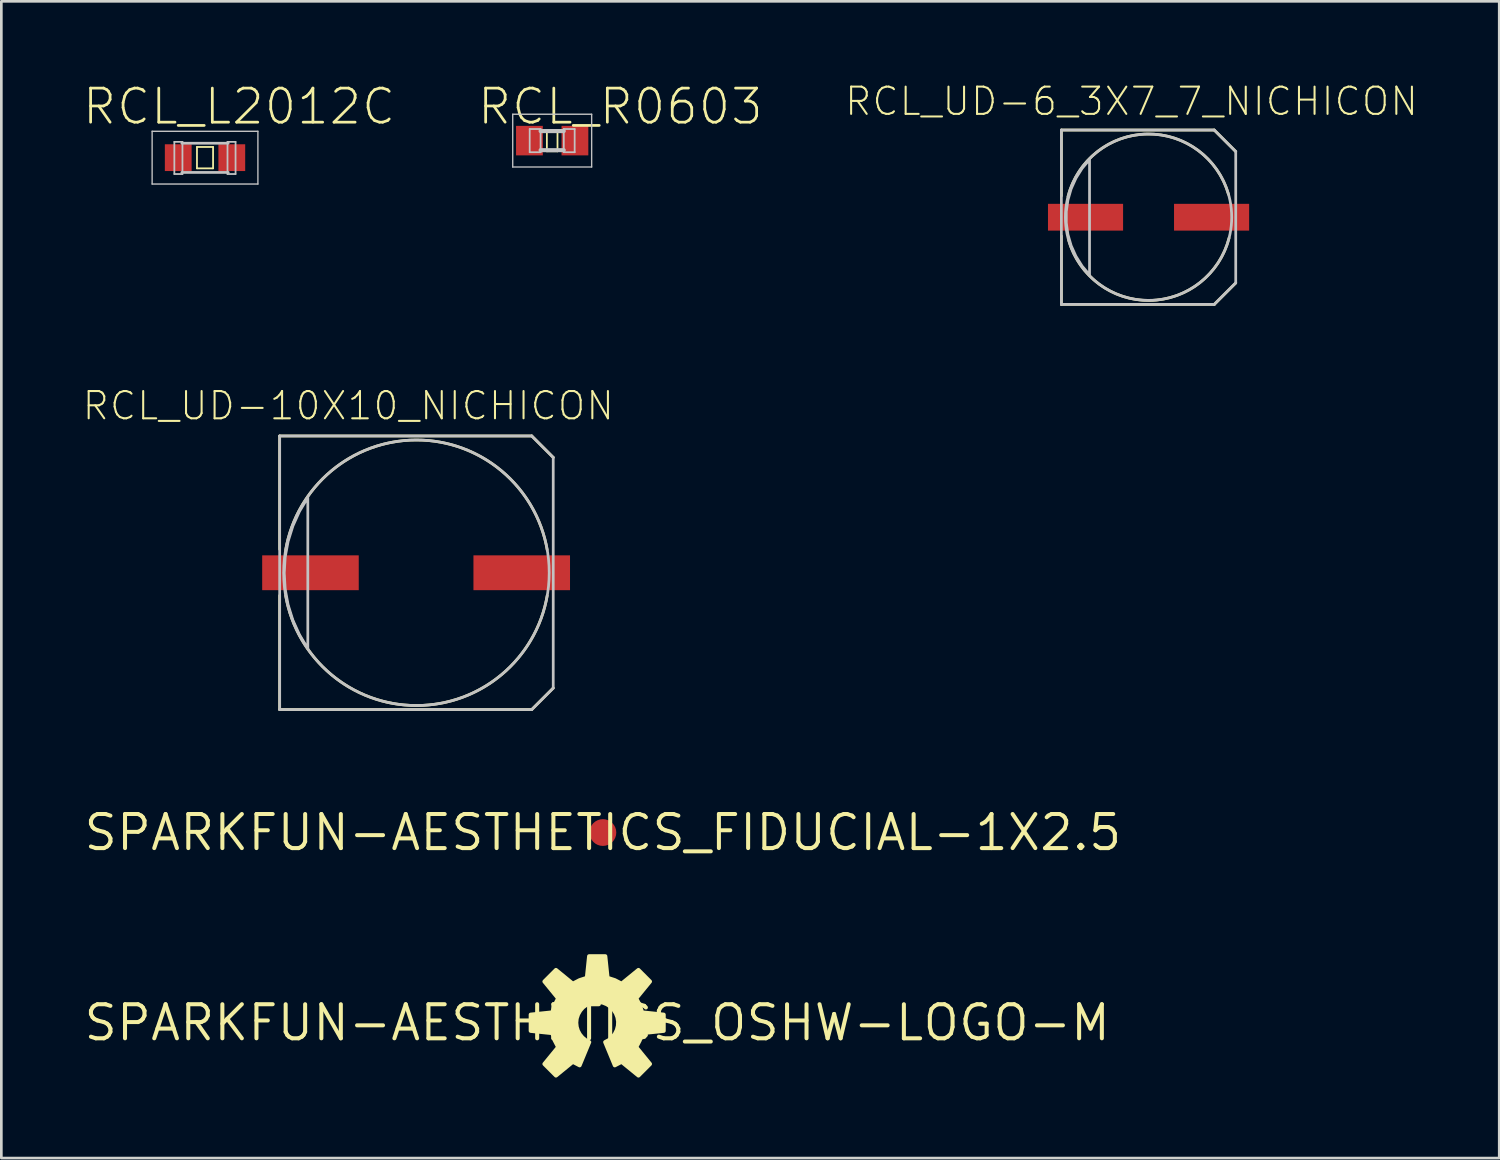
<source format=kicad_pcb>
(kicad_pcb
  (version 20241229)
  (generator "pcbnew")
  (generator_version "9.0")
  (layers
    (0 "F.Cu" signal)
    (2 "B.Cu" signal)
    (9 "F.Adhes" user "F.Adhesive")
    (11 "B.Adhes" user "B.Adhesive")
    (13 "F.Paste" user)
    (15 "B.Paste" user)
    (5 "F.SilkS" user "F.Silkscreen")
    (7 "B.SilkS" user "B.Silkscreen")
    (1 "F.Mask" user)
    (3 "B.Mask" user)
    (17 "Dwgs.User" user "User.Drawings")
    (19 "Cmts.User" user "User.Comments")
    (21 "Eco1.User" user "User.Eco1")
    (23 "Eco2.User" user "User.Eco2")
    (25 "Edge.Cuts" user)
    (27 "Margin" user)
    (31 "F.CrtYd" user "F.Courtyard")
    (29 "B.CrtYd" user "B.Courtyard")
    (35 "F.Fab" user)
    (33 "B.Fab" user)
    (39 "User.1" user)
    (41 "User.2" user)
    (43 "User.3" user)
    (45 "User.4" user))
  (footprint "RCL_R0603"
    (layer "F.Cu")
    (at 17.53 2.191)
    (property "Reference" "RCL_R0603" (at 2.54 -1.27 0) (layer "F.SilkS") (effects (font (size 1.27 1.27) (thickness 0.102))))
    (attr smd)
    (fp_line (start -0.198 -0.399) (end 0.198 -0.399) (stroke (width 0.066) (type solid)) (layer "F.SilkS"))
    (fp_line (start -0.198 0.399) (end -0.198 -0.399) (stroke (width 0.066) (type solid)) (layer "F.SilkS"))
    (fp_line (start -0.198 0.399) (end 0.198 0.399) (stroke (width 0.066) (type solid)) (layer "F.SilkS"))
    (fp_line (start 0.198 0.399) (end 0.198 -0.399) (stroke (width 0.066) (type solid)) (layer "F.SilkS"))
    (fp_line (start -1.471 -0.983) (end 1.471 -0.983) (stroke (width 0.051) (type solid)) (layer "Dwgs.User"))
    (fp_line (start -1.471 0.983) (end -1.471 -0.983) (stroke (width 0.051) (type solid)) (layer "Dwgs.User"))
    (fp_line (start -0.838 -0.432) (end -0.432 -0.432) (stroke (width 0.066) (type solid)) (layer "Dwgs.User"))
    (fp_line (start -0.838 0.432) (end -0.838 -0.432) (stroke (width 0.066) (type solid)) (layer "Dwgs.User"))
    (fp_line (start -0.838 0.432) (end -0.432 0.432) (stroke (width 0.066) (type solid)) (layer "Dwgs.User"))
    (fp_line (start -0.432 0.356) (end 0.432 0.356) (stroke (width 0.152) (type solid)) (layer "Dwgs.User"))
    (fp_line (start -0.432 0.432) (end -0.432 -0.432) (stroke (width 0.066) (type solid)) (layer "Dwgs.User"))
    (fp_line (start 0.432 -0.432) (end 0.838 -0.432) (stroke (width 0.066) (type solid)) (layer "Dwgs.User"))
    (fp_line (start 0.432 -0.356) (end -0.432 -0.356) (stroke (width 0.152) (type solid)) (layer "Dwgs.User"))
    (fp_line (start 0.432 0.432) (end 0.432 -0.432) (stroke (width 0.066) (type solid)) (layer "Dwgs.User"))
    (fp_line (start 0.432 0.432) (end 0.838 0.432) (stroke (width 0.066) (type solid)) (layer "Dwgs.User"))
    (fp_line (start 0.838 0.432) (end 0.838 -0.432) (stroke (width 0.066) (type solid)) (layer "Dwgs.User"))
    (fp_line (start 1.471 -0.983) (end 1.471 0.983) (stroke (width 0.051) (type solid)) (layer "Dwgs.User"))
    (fp_line (start 1.471 0.983) (end -1.471 0.983) (stroke (width 0.051) (type solid)) (layer "Dwgs.User"))
    (pad "1" smd rect (at -0.848 0) (size 0.998 1.1) (layers "F.Cu" "F.Mask" "F.Paste"))
    (pad "2" smd rect (at 0.848 0) (size 0.998 1.1) (layers "F.Cu" "F.Mask" "F.Paste")))
  (footprint "RCL_L2012C"
    (layer "F.Cu")
    (at 4.591 2.826)
    (property "Reference" "RCL_L2012C" (at 1.27 -1.905 0) (layer "F.SilkS") (effects (font (size 1.27 1.27) (thickness 0.102))))
    (attr smd)
    (fp_line (start -0.3 -0.399) (end 0.3 -0.399) (stroke (width 0.066) (type solid)) (layer "F.SilkS"))
    (fp_line (start -0.3 0.399) (end -0.3 -0.399) (stroke (width 0.066) (type solid)) (layer "F.SilkS"))
    (fp_line (start -0.3 0.399) (end 0.3 0.399) (stroke (width 0.066) (type solid)) (layer "F.SilkS"))
    (fp_line (start 0.3 0.399) (end 0.3 -0.399) (stroke (width 0.066) (type solid)) (layer "F.SilkS"))
    (fp_line (start -1.971 -0.983) (end 1.971 -0.983) (stroke (width 0.051) (type solid)) (layer "Dwgs.User"))
    (fp_line (start -1.971 0.983) (end -1.971 -0.983) (stroke (width 0.051) (type solid)) (layer "Dwgs.User"))
    (fp_line (start -1.143 -0.589) (end -0.841 -0.589) (stroke (width 0.066) (type solid)) (layer "Dwgs.User"))
    (fp_line (start -1.143 0.61) (end -1.143 -0.589) (stroke (width 0.066) (type solid)) (layer "Dwgs.User"))
    (fp_line (start -1.143 0.61) (end -0.841 0.61) (stroke (width 0.066) (type solid)) (layer "Dwgs.User"))
    (fp_line (start -0.864 -0.538) (end 0.864 -0.538) (stroke (width 0.102) (type solid)) (layer "Dwgs.User"))
    (fp_line (start -0.864 0.551) (end 0.864 0.551) (stroke (width 0.102) (type solid)) (layer "Dwgs.User"))
    (fp_line (start -0.841 0.61) (end -0.841 -0.589) (stroke (width 0.066) (type solid)) (layer "Dwgs.User"))
    (fp_line (start 0.838 -0.589) (end 1.138 -0.589) (stroke (width 0.066) (type solid)) (layer "Dwgs.User"))
    (fp_line (start 0.838 0.61) (end 0.838 -0.589) (stroke (width 0.066) (type solid)) (layer "Dwgs.User"))
    (fp_line (start 0.838 0.61) (end 1.138 0.61) (stroke (width 0.066) (type solid)) (layer "Dwgs.User"))
    (fp_line (start 1.138 0.61) (end 1.138 -0.589) (stroke (width 0.066) (type solid)) (layer "Dwgs.User"))
    (fp_line (start 1.971 -0.983) (end 1.971 0.983) (stroke (width 0.051) (type solid)) (layer "Dwgs.User"))
    (fp_line (start 1.971 0.983) (end -1.971 0.983) (stroke (width 0.051) (type solid)) (layer "Dwgs.User"))
    (pad "1" smd rect (at -0.998 0) (size 0.998 0.998) (layers "F.Cu" "F.Mask" "F.Paste"))
    (pad "2" smd rect (at 0.998 0) (size 0.998 0.998) (layers "F.Cu" "F.Mask" "F.Paste")))
  (footprint "RCL_UD-6_3X7_7_NICHICON"
    (layer "F.Cu")
    (at 39.757 5.046)
    (property "Reference" "RCL_UD-6_3X7_7_NICHICON" (at -0.635 -4.318 0) (layer "F.SilkS") (effects (font (size 1.016 1.016) (thickness 0.076))))
    (attr smd)
    (fp_line (start -3.249 -3.249) (end 2.449 -3.249) (stroke (width 0.102) (type solid)) (layer "F.SilkS"))
    (fp_line (start -3.249 -0.798) (end -3.249 -3.249) (stroke (width 0.102) (type solid)) (layer "F.SilkS"))
    (fp_line (start -3.249 3.249) (end -3.249 0.699) (stroke (width 0.102) (type solid)) (layer "F.SilkS"))
    (fp_line (start 2.449 -3.249) (end 3.249 -2.449) (stroke (width 0.102) (type solid)) (layer "F.SilkS"))
    (fp_line (start 2.449 3.249) (end -3.249 3.249) (stroke (width 0.102) (type solid)) (layer "F.SilkS"))
    (fp_line (start 3.249 2.449) (end 2.449 3.249) (stroke (width 0.102) (type solid)) (layer "F.SilkS"))
    (fp_arc (start -2.99974 -0.7747) (mid -0.041101 -3.101702) (end 2.978257 -0.854045) (stroke (width 0.1016) (type solid)) (layer "F.SilkS"))
    (fp_arc (start 2.99974 0.7747) (mid 0.041101 3.101702) (end -2.978257 0.854045) (stroke (width 0.1016) (type solid)) (layer "F.SilkS"))
    (fp_line (start -3.249 -3.249) (end 2.449 -3.249) (stroke (width 0.102) (type solid)) (layer "Dwgs.User"))
    (fp_line (start -3.249 3.249) (end -3.249 -3.249) (stroke (width 0.102) (type solid)) (layer "Dwgs.User"))
    (fp_line (start 2.449 -3.249) (end 3.249 -2.449) (stroke (width 0.102) (type solid)) (layer "Dwgs.User"))
    (fp_line (start 2.449 3.249) (end -3.249 3.249) (stroke (width 0.102) (type solid)) (layer "Dwgs.User"))
    (fp_line (start 3.249 -2.449) (end 3.249 2.449) (stroke (width 0.102) (type solid)) (layer "Dwgs.User"))
    (fp_line (start 3.249 2.449) (end 2.449 3.249) (stroke (width 0.102) (type solid)) (layer "Dwgs.User"))
    (fp_circle (center 0 0) (end 0 -3.099) (stroke (width 0.102) (type solid)) (fill no) (layer "Dwgs.User"))
    (fp_poly (pts (xy -2.2 -2.149) (xy -2.479 -1.819) (xy -2.708 -1.453) (xy -2.885 -1.059) (xy -3.005 -0.643) (xy -3.066 -0.216) (xy -3.066 0.216) (xy -3.005 0.643) (xy -2.885 1.059) (xy -2.708 1.453) (xy -2.479 1.819) (xy -2.2 2.149) (xy -2.2 -2.149)) (stroke (width 0.102) (type solid)) (fill no) (layer "Dwgs.User"))
    (pad "+" smd rect (at 2.349 0) (size 2.799 0.998) (layers "F.Cu" "F.Mask" "F.Paste"))
    (pad "-" smd rect (at -2.349 0) (size 2.799 0.998) (layers "F.Cu" "F.Mask" "F.Paste")))
  (footprint "SPARKFUN-AESTHETICS_FIDUCIAL-1X2.5"
    (layer "F.Cu")
    (at 19.42 27.979)
    (property "Reference" "SPARKFUN-AESTHETICS_FIDUCIAL-1X2.5" (at 0 0 0) (layer "F.SilkS") (effects (font (size 1.27 1.27) (thickness 0.15))))
    (attr smd)
    (fp_circle (center 0 0) (end 0 -0.899) (stroke (width 1.27) (type solid)) (fill no) (layer "F.Mask"))
    (pad "1" smd circle (at 0 0) (size 0.998 0.998) (layers "F.Cu" "F.Mask" "F.Paste")))
  (footprint "SPARKFUN-AESTHETICS_OSHW-LOGO-M"
    (layer "F.Cu")
    (at 19.208 35.068)
    (property "Reference" "SPARKFUN-AESTHETICS_OSHW-LOGO-M" (at 0 0 0) (layer "F.SilkS") (effects (font (size 1.27 1.27) (thickness 0.15))))
    (attr exclude_from_pos_files exclude_from_bom)
    (fp_poly (pts (xy 0.655 1.587) (xy 0.909 1.455) (xy 1.537 1.968) (xy 1.968 1.537) (xy 1.455 0.909) (xy 1.587 0.655) (xy 1.674 0.386) (xy 2.479 0.302) (xy 2.479 -0.302) (xy 1.674 -0.386) (xy 1.587 -0.655) (xy 1.455 -0.909) (xy 1.968 -1.537) (xy 1.537 -1.968) (xy 0.909 -1.455) (xy 0.655 -1.587) (xy 0.386 -1.674) (xy 0.302 -2.479) (xy -0.302 -2.479) (xy -0.386 -1.674) (xy -0.655 -1.587) (xy -0.909 -1.455) (xy -1.537 -1.968) (xy -1.968 -1.537) (xy -1.455 -0.909) (xy -1.587 -0.655) (xy -1.674 -0.386) (xy -2.479 -0.302) (xy -2.479 0.302) (xy -1.674 0.386) (xy -1.587 0.655) (xy -1.455 0.909) (xy -1.968 1.537) (xy -1.537 1.968) (xy -0.909 1.455) (xy -0.655 1.587) (xy -0.297 0.721) (xy -0.432 0.648) (xy -0.551 0.551) (xy -0.648 0.432) (xy -0.721 0.297) (xy -0.765 0.152) (xy -0.78 0) (xy -0.765 -0.157) (xy -0.714 -0.312) (xy -0.635 -0.45) (xy -0.531 -0.572) (xy -0.401 -0.668) (xy -0.257 -0.737) (xy -0.102 -0.772) (xy 0.056 -0.777) (xy 0.216 -0.749) (xy 0.363 -0.688) (xy 0.498 -0.599) (xy 0.61 -0.485) (xy 0.696 -0.351) (xy 0.754 -0.201) (xy 0.78 -0.043) (xy 0.772 0.114) (xy 0.732 0.269) (xy 0.66 0.414) (xy 0.561 0.541) (xy 0.439 0.645) (xy 0.297 0.721) (xy 0.655 1.587)) (stroke (width 0.15) (type solid)) (fill yes) (layer "F.SilkS")))
  (footprint "RCL_UD-10X10_NICHICON"
    (layer "F.Cu")
    (at 12.471 18.297)
    (property "Reference" "RCL_UD-10X10_NICHICON" (at -2.54 -6.223 0) (layer "F.SilkS") (effects (font (size 1.016 1.016) (thickness 0.076))))
    (attr smd)
    (fp_line (start -5.098 -5.098) (end 4.298 -5.098) (stroke (width 0.102) (type solid)) (layer "F.SilkS"))
    (fp_line (start -5.098 -0.874) (end -5.098 -5.098) (stroke (width 0.102) (type solid)) (layer "F.SilkS"))
    (fp_line (start -5.098 5.098) (end -5.098 0.848) (stroke (width 0.102) (type solid)) (layer "F.SilkS"))
    (fp_line (start 4.298 -5.098) (end 5.098 -4.298) (stroke (width 0.102) (type solid)) (layer "F.SilkS"))
    (fp_line (start 4.298 5.098) (end -5.098 5.098) (stroke (width 0.102) (type solid)) (layer "F.SilkS"))
    (fp_line (start 5.098 4.298) (end 4.298 5.098) (stroke (width 0.102) (type solid)) (layer "F.SilkS"))
    (fp_arc (start -4.87426 -0.84836) (mid -0.0023 -4.947537) (end 4.873469 -0.852891) (stroke (width 0.1016) (type solid)) (layer "F.SilkS"))
    (fp_arc (start 4.87426 0.84836) (mid 0.0023 4.947537) (end -4.873469 0.852891) (stroke (width 0.1016) (type solid)) (layer "F.SilkS"))
    (fp_line (start -5.098 -5.098) (end 4.298 -5.098) (stroke (width 0.102) (type solid)) (layer "Dwgs.User"))
    (fp_line (start -5.098 5.098) (end -5.098 -5.098) (stroke (width 0.102) (type solid)) (layer "Dwgs.User"))
    (fp_line (start 4.298 -5.098) (end 5.098 -4.298) (stroke (width 0.102) (type solid)) (layer "Dwgs.User"))
    (fp_line (start 4.298 5.098) (end -5.098 5.098) (stroke (width 0.102) (type solid)) (layer "Dwgs.User"))
    (fp_line (start 5.098 -4.298) (end 5.098 4.298) (stroke (width 0.102) (type solid)) (layer "Dwgs.User"))
    (fp_line (start 5.098 4.298) (end 4.298 5.098) (stroke (width 0.102) (type solid)) (layer "Dwgs.User"))
    (fp_circle (center 0 0) (end 0 -4.948) (stroke (width 0.102) (type solid)) (fill no) (layer "Dwgs.User"))
    (fp_poly (pts (xy -4.049 -2.799) (xy -4.359 -2.289) (xy -4.605 -1.742) (xy -4.783 -1.171) (xy -4.892 -0.584) (xy -4.928 0.01) (xy -4.892 0.607) (xy -4.783 1.196) (xy -4.605 1.768) (xy -4.359 2.311) (xy -4.049 2.824) (xy -4.049 -2.799)) (stroke (width 0.102) (type solid)) (fill no) (layer "Dwgs.User"))
    (pad "+" smd rect (at 3.924 0) (size 3.599 1.298) (layers "F.Cu" "F.Mask" "F.Paste"))
    (pad "-" smd rect (at -3.95 0) (size 3.599 1.298) (layers "F.Cu" "F.Mask" "F.Paste")))
  (gr_rect
    (start -3 -3)
    (end 52.827 40.111)
    (stroke (width 0.1) (type default))
    (fill no)
    (layer "Edge.Cuts")))
</source>
